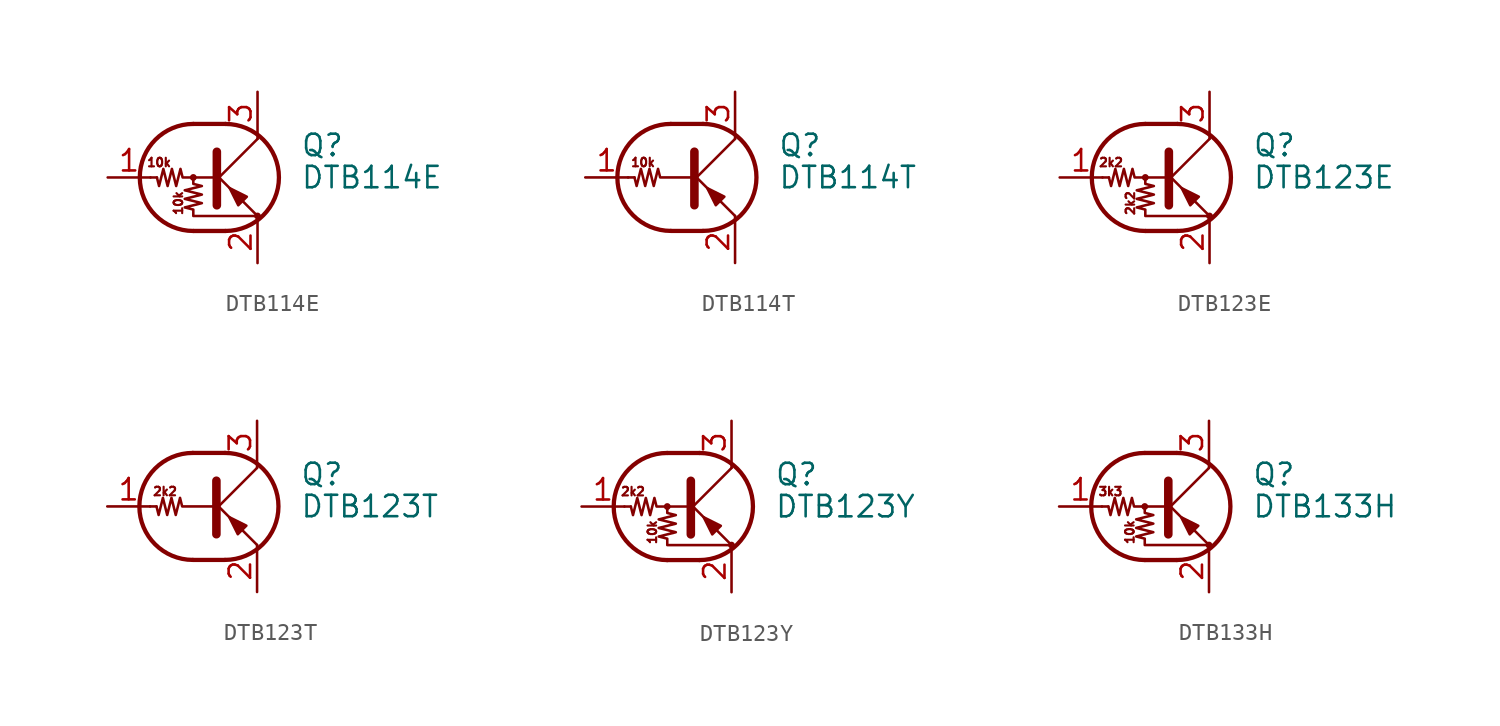
<source format=kicad_sym>
(kicad_symbol_lib
  (version 20201005)
  (generator kicad_symbol_editor)
  (symbol "DTB114E"
    (pin_names
      (offset 0) hide)
    (property "Reference" "Q"
      (at 5.08 1.905 0)
      (effects (font (size 1.27 1.27)) (justify left)))
    (property "Value" "DTB114E"
      (at 5.08 0 0)
      (effects (font (size 1.27 1.27)) (justify left)))
    (symbol "DTB114E_0_0"
      (text "10k" (at -3.302 0.889 0) (effects (font (size 0.508 0.508))))
      (text "10k" (at -2.159 -1.524 900) (effects (font (size 0.508 0.508)))))
    (symbol "DTB114E_0_1"
      (arc (start -1.27 3.175) (end -1.27 -3.175) (radius (at -1.27 0) (length 3.175) (angles 90.1 -90.1)) (stroke (width 0.254)) (fill (type none)))
      (arc (start 0.635 -3.175) (end 0.635 3.175) (radius (at 0.635 0) (length 3.175) (angles -89.9 89.9)) (stroke (width 0.254)) (fill (type none)))
      (circle (center -1.27 0) (radius 0.127) (stroke (width 0)) (fill (type none)))
      (circle (center 2.54 -2.286) (radius 0.127) (stroke (width 0)) (fill (type none)))
      (polyline (pts (xy -3.429 0) (xy -3.81 0)) (stroke (width 0)) (fill (type none)))
      (polyline (pts (xy -1.27 -3.175) (xy 0.635 -3.175)) (stroke (width 0.254)) (fill (type none)))
      (polyline (pts (xy -1.27 3.175) (xy 0.635 3.175)) (stroke (width 0.254)) (fill (type none)))
      (polyline (pts (xy 0 -0.254) (xy 2.54 2.286)) (stroke (width 0)) (fill (type none)))
      (polyline (pts (xy 2.54 2.286) (xy 2.54 2.54)) (stroke (width 0)) (fill (type none)))
      (polyline (pts (xy 2.54 -2.286) (xy 0 0.254) (xy 0 0.254)) (stroke (width 0)) (fill (type none)))
      (polyline (pts (xy 0 0) (xy -1.905 0) (xy -2.032 0.508) (xy -2.286 -0.508) (xy -2.54 0.508) (xy -2.794 -0.508) (xy -3.048 0.508) (xy -3.302 -0.508) (xy -3.429 0)) (stroke (width 0)) (fill (type none)))
      (polyline (pts (xy -1.27 0) (xy -1.27 -0.381) (xy -0.762 -0.508) (xy -1.778 -0.762) (xy -0.762 -1.016) (xy -1.778 -1.27) (xy -0.762 -1.524) (xy -1.778 -1.778) (xy -1.27 -1.905) (xy -1.27 -2.286) (xy 2.54 -2.286)) (stroke (width 0)) (fill (type none)))
      (polyline (pts (xy 0.127 1.524) (xy 0.127 -1.651)) (stroke (width 0.508)) (fill (type outline)))
      (polyline (pts (xy 1.397 -1.651) (xy 1.905 -1.143) (xy 0.889 -0.635) (xy 1.397 -1.651)) (stroke (width 0)) (fill (type outline))))
    (symbol "DTB114E_1_1"
      (pin input line (at -6.35 0 0) (length 2.54) (name "B" (effects (font (size 1.27 1.27)))) (number "1" (effects (font (size 1.27 1.27)))))
      (pin passive line (at 2.54 -5.08 90) (length 2.54) (name "E" (effects (font (size 1.27 1.27)))) (number "2" (effects (font (size 1.27 1.27)))))
      (pin passive line (at 2.54 5.08 270) (length 2.54) (name "C" (effects (font (size 1.27 1.27)))) (number "3" (effects (font (size 1.27 1.27)))))))
  (symbol "DTB114T"
    (pin_names
      (offset 0) hide)
    (property "Reference" "Q"
      (at 5.08 1.905 0)
      (effects (font (size 1.27 1.27)) (justify left)))
    (property "Value" "DTB114T"
      (at 5.08 0 0)
      (effects (font (size 1.27 1.27)) (justify left)))
    (symbol "DTB114T_0_0"
      (text "10k" (at -2.921 0.889 0) (effects (font (size 0.508 0.508))))
      (polyline (pts (xy 2.54 -2.286) (xy 2.54 -2.54)) (stroke (width 0)) (fill (type none))))
    (symbol "DTB114T_0_1"
      (arc (start -1.27 3.175) (end -1.27 -3.175) (radius (at -1.27 0) (length 3.175) (angles 90.1 -90.1)) (stroke (width 0.254)) (fill (type none)))
      (arc (start 0.635 -3.175) (end 0.635 3.175) (radius (at 0.635 0) (length 3.175) (angles -89.9 89.9)) (stroke (width 0.254)) (fill (type none)))
      (polyline (pts (xy -3.429 0) (xy -3.81 0)) (stroke (width 0)) (fill (type none)))
      (polyline (pts (xy -1.27 -3.175) (xy 0.635 -3.175)) (stroke (width 0.254)) (fill (type none)))
      (polyline (pts (xy -1.27 3.175) (xy 0.635 3.175)) (stroke (width 0.254)) (fill (type none)))
      (polyline (pts (xy 0 -0.254) (xy 2.54 2.286)) (stroke (width 0)) (fill (type none)))
      (polyline (pts (xy 2.54 2.286) (xy 2.54 2.54)) (stroke (width 0)) (fill (type none)))
      (polyline (pts (xy 2.54 -2.286) (xy 0 0.254) (xy 0 0.254)) (stroke (width 0)) (fill (type none)))
      (polyline (pts (xy 0 0) (xy -1.905 0) (xy -2.032 0.508) (xy -2.286 -0.508) (xy -2.54 0.508) (xy -2.794 -0.508) (xy -3.048 0.508) (xy -3.302 -0.508) (xy -3.429 0)) (stroke (width 0)) (fill (type none)))
      (polyline (pts (xy 0.127 1.524) (xy 0.127 -1.651)) (stroke (width 0.508)) (fill (type outline)))
      (polyline (pts (xy 1.397 -1.651) (xy 1.905 -1.143) (xy 0.889 -0.635) (xy 1.397 -1.651)) (stroke (width 0)) (fill (type outline))))
    (symbol "DTB114T_1_1"
      (pin input line (at -6.35 0 0) (length 2.54) (name "B" (effects (font (size 1.27 1.27)))) (number "1" (effects (font (size 1.27 1.27)))))
      (pin passive line (at 2.54 -5.08 90) (length 2.54) (name "E" (effects (font (size 1.27 1.27)))) (number "2" (effects (font (size 1.27 1.27)))))
      (pin passive line (at 2.54 5.08 270) (length 2.54) (name "C" (effects (font (size 1.27 1.27)))) (number "3" (effects (font (size 1.27 1.27)))))))
  (symbol "DTB123E"
    (pin_names
      (offset 0) hide)
    (property "Reference" "Q"
      (at 5.08 1.905 0)
      (effects (font (size 1.27 1.27)) (justify left)))
    (property "Value" "DTB123E"
      (at 5.08 0 0)
      (effects (font (size 1.27 1.27)) (justify left)))
    (symbol "DTB123E_0_0"
      (text "2k2" (at -3.302 0.889 0) (effects (font (size 0.508 0.508))))
      (text "2k2" (at -2.159 -1.524 900) (effects (font (size 0.508 0.508)))))
    (symbol "DTB123E_0_1"
      (arc (start -1.27 3.175) (end -1.27 -3.175) (radius (at -1.27 0) (length 3.175) (angles 90.1 -90.1)) (stroke (width 0.254)) (fill (type none)))
      (arc (start 0.635 -3.175) (end 0.635 3.175) (radius (at 0.635 0) (length 3.175) (angles -89.9 89.9)) (stroke (width 0.254)) (fill (type none)))
      (circle (center -1.27 0) (radius 0.127) (stroke (width 0)) (fill (type none)))
      (circle (center 2.54 -2.286) (radius 0.127) (stroke (width 0)) (fill (type none)))
      (polyline (pts (xy -3.429 0) (xy -3.81 0)) (stroke (width 0)) (fill (type none)))
      (polyline (pts (xy -1.27 -3.175) (xy 0.635 -3.175)) (stroke (width 0.254)) (fill (type none)))
      (polyline (pts (xy -1.27 3.175) (xy 0.635 3.175)) (stroke (width 0.254)) (fill (type none)))
      (polyline (pts (xy 0 -0.254) (xy 2.54 2.286)) (stroke (width 0)) (fill (type none)))
      (polyline (pts (xy 2.54 2.286) (xy 2.54 2.54)) (stroke (width 0)) (fill (type none)))
      (polyline (pts (xy 2.54 -2.286) (xy 0 0.254) (xy 0 0.254)) (stroke (width 0)) (fill (type none)))
      (polyline (pts (xy 0 0) (xy -1.905 0) (xy -2.032 0.508) (xy -2.286 -0.508) (xy -2.54 0.508) (xy -2.794 -0.508) (xy -3.048 0.508) (xy -3.302 -0.508) (xy -3.429 0)) (stroke (width 0)) (fill (type none)))
      (polyline (pts (xy -1.27 0) (xy -1.27 -0.381) (xy -0.762 -0.508) (xy -1.778 -0.762) (xy -0.762 -1.016) (xy -1.778 -1.27) (xy -0.762 -1.524) (xy -1.778 -1.778) (xy -1.27 -1.905) (xy -1.27 -2.286) (xy 2.54 -2.286)) (stroke (width 0)) (fill (type none)))
      (polyline (pts (xy 0.127 1.524) (xy 0.127 -1.651)) (stroke (width 0.508)) (fill (type outline)))
      (polyline (pts (xy 1.397 -1.651) (xy 1.905 -1.143) (xy 0.889 -0.635) (xy 1.397 -1.651)) (stroke (width 0)) (fill (type outline))))
    (symbol "DTB123E_1_1"
      (pin input line (at -6.35 0 0) (length 2.54) (name "B" (effects (font (size 1.27 1.27)))) (number "1" (effects (font (size 1.27 1.27)))))
      (pin passive line (at 2.54 -5.08 90) (length 2.54) (name "E" (effects (font (size 1.27 1.27)))) (number "2" (effects (font (size 1.27 1.27)))))
      (pin passive line (at 2.54 5.08 270) (length 2.54) (name "C" (effects (font (size 1.27 1.27)))) (number "3" (effects (font (size 1.27 1.27)))))))
  (symbol "DTB123T"
    (pin_names
      (offset 0) hide)
    (property "Reference" "Q"
      (at 5.08 1.905 0)
      (effects (font (size 1.27 1.27)) (justify left)))
    (property "Value" "DTB123T"
      (at 5.08 0 0)
      (effects (font (size 1.27 1.27)) (justify left)))
    (symbol "DTB123T_0_0"
      (text "2k2" (at -2.921 0.889 0) (effects (font (size 0.508 0.508))))
      (polyline (pts (xy 2.54 -2.286) (xy 2.54 -2.54)) (stroke (width 0)) (fill (type none))))
    (symbol "DTB123T_0_1"
      (arc (start -1.27 3.175) (end -1.27 -3.175) (radius (at -1.27 0) (length 3.175) (angles 90.1 -90.1)) (stroke (width 0.254)) (fill (type none)))
      (arc (start 0.635 -3.175) (end 0.635 3.175) (radius (at 0.635 0) (length 3.175) (angles -89.9 89.9)) (stroke (width 0.254)) (fill (type none)))
      (polyline (pts (xy -3.429 0) (xy -3.81 0)) (stroke (width 0)) (fill (type none)))
      (polyline (pts (xy -1.27 -3.175) (xy 0.635 -3.175)) (stroke (width 0.254)) (fill (type none)))
      (polyline (pts (xy -1.27 3.175) (xy 0.635 3.175)) (stroke (width 0.254)) (fill (type none)))
      (polyline (pts (xy 0 -0.254) (xy 2.54 2.286)) (stroke (width 0)) (fill (type none)))
      (polyline (pts (xy 2.54 2.286) (xy 2.54 2.54)) (stroke (width 0)) (fill (type none)))
      (polyline (pts (xy 2.54 -2.286) (xy 0 0.254) (xy 0 0.254)) (stroke (width 0)) (fill (type none)))
      (polyline (pts (xy 0 0) (xy -1.905 0) (xy -2.032 0.508) (xy -2.286 -0.508) (xy -2.54 0.508) (xy -2.794 -0.508) (xy -3.048 0.508) (xy -3.302 -0.508) (xy -3.429 0)) (stroke (width 0)) (fill (type none)))
      (polyline (pts (xy 0.127 1.524) (xy 0.127 -1.651)) (stroke (width 0.508)) (fill (type outline)))
      (polyline (pts (xy 1.397 -1.651) (xy 1.905 -1.143) (xy 0.889 -0.635) (xy 1.397 -1.651)) (stroke (width 0)) (fill (type outline))))
    (symbol "DTB123T_1_1"
      (pin input line (at -6.35 0 0) (length 2.54) (name "B" (effects (font (size 1.27 1.27)))) (number "1" (effects (font (size 1.27 1.27)))))
      (pin passive line (at 2.54 -5.08 90) (length 2.54) (name "E" (effects (font (size 1.27 1.27)))) (number "2" (effects (font (size 1.27 1.27)))))
      (pin passive line (at 2.54 5.08 270) (length 2.54) (name "C" (effects (font (size 1.27 1.27)))) (number "3" (effects (font (size 1.27 1.27)))))))
  (symbol "DTB123Y"
    (pin_names
      (offset 0) hide)
    (property "Reference" "Q"
      (at 5.08 1.905 0)
      (effects (font (size 1.27 1.27)) (justify left)))
    (property "Value" "DTB123Y"
      (at 5.08 0 0)
      (effects (font (size 1.27 1.27)) (justify left)))
    (symbol "DTB123Y_0_0"
      (text "10k" (at -2.159 -1.524 900) (effects (font (size 0.508 0.508))))
      (text "2k2" (at -3.302 0.889 0) (effects (font (size 0.508 0.508)))))
    (symbol "DTB123Y_0_1"
      (arc (start -1.27 3.175) (end -1.27 -3.175) (radius (at -1.27 0) (length 3.175) (angles 90.1 -90.1)) (stroke (width 0.254)) (fill (type none)))
      (arc (start 0.635 -3.175) (end 0.635 3.175) (radius (at 0.635 0) (length 3.175) (angles -89.9 89.9)) (stroke (width 0.254)) (fill (type none)))
      (circle (center -1.27 0) (radius 0.127) (stroke (width 0)) (fill (type none)))
      (circle (center 2.54 -2.286) (radius 0.127) (stroke (width 0)) (fill (type none)))
      (polyline (pts (xy -3.429 0) (xy -3.81 0)) (stroke (width 0)) (fill (type none)))
      (polyline (pts (xy -1.27 -3.175) (xy 0.635 -3.175)) (stroke (width 0.254)) (fill (type none)))
      (polyline (pts (xy -1.27 3.175) (xy 0.635 3.175)) (stroke (width 0.254)) (fill (type none)))
      (polyline (pts (xy 0 -0.254) (xy 2.54 2.286)) (stroke (width 0)) (fill (type none)))
      (polyline (pts (xy 2.54 2.286) (xy 2.54 2.54)) (stroke (width 0)) (fill (type none)))
      (polyline (pts (xy 2.54 -2.286) (xy 0 0.254) (xy 0 0.254)) (stroke (width 0)) (fill (type none)))
      (polyline (pts (xy 0 0) (xy -1.905 0) (xy -2.032 0.508) (xy -2.286 -0.508) (xy -2.54 0.508) (xy -2.794 -0.508) (xy -3.048 0.508) (xy -3.302 -0.508) (xy -3.429 0)) (stroke (width 0)) (fill (type none)))
      (polyline (pts (xy -1.27 0) (xy -1.27 -0.381) (xy -0.762 -0.508) (xy -1.778 -0.762) (xy -0.762 -1.016) (xy -1.778 -1.27) (xy -0.762 -1.524) (xy -1.778 -1.778) (xy -1.27 -1.905) (xy -1.27 -2.286) (xy 2.54 -2.286)) (stroke (width 0)) (fill (type none)))
      (polyline (pts (xy 0.127 1.524) (xy 0.127 -1.651)) (stroke (width 0.508)) (fill (type outline)))
      (polyline (pts (xy 1.397 -1.651) (xy 1.905 -1.143) (xy 0.889 -0.635) (xy 1.397 -1.651)) (stroke (width 0)) (fill (type outline))))
    (symbol "DTB123Y_1_1"
      (pin input line (at -6.35 0 0) (length 2.54) (name "B" (effects (font (size 1.27 1.27)))) (number "1" (effects (font (size 1.27 1.27)))))
      (pin passive line (at 2.54 -5.08 90) (length 2.54) (name "E" (effects (font (size 1.27 1.27)))) (number "2" (effects (font (size 1.27 1.27)))))
      (pin passive line (at 2.54 5.08 270) (length 2.54) (name "C" (effects (font (size 1.27 1.27)))) (number "3" (effects (font (size 1.27 1.27)))))))
  (symbol "DTB133H"
    (pin_names
      (offset 0) hide)
    (property "Reference" "Q"
      (at 5.08 1.905 0)
      (effects (font (size 1.27 1.27)) (justify left)))
    (property "Value" "DTB133H"
      (at 5.08 0 0)
      (effects (font (size 1.27 1.27)) (justify left)))
    (symbol "DTB133H_0_0"
      (text "10k" (at -2.159 -1.524 900) (effects (font (size 0.508 0.508))))
      (text "3k3" (at -3.302 0.889 0) (effects (font (size 0.508 0.508)))))
    (symbol "DTB133H_0_1"
      (arc (start -1.27 3.175) (end -1.27 -3.175) (radius (at -1.27 0) (length 3.175) (angles 90.1 -90.1)) (stroke (width 0.254)) (fill (type none)))
      (arc (start 0.635 -3.175) (end 0.635 3.175) (radius (at 0.635 0) (length 3.175) (angles -89.9 89.9)) (stroke (width 0.254)) (fill (type none)))
      (circle (center -1.27 0) (radius 0.127) (stroke (width 0)) (fill (type none)))
      (circle (center 2.54 -2.286) (radius 0.127) (stroke (width 0)) (fill (type none)))
      (polyline (pts (xy -3.429 0) (xy -3.81 0)) (stroke (width 0)) (fill (type none)))
      (polyline (pts (xy -1.27 -3.175) (xy 0.635 -3.175)) (stroke (width 0.254)) (fill (type none)))
      (polyline (pts (xy -1.27 3.175) (xy 0.635 3.175)) (stroke (width 0.254)) (fill (type none)))
      (polyline (pts (xy 0 -0.254) (xy 2.54 2.286)) (stroke (width 0)) (fill (type none)))
      (polyline (pts (xy 2.54 2.286) (xy 2.54 2.54)) (stroke (width 0)) (fill (type none)))
      (polyline (pts (xy 2.54 -2.286) (xy 0 0.254) (xy 0 0.254)) (stroke (width 0)) (fill (type none)))
      (polyline (pts (xy 0 0) (xy -1.905 0) (xy -2.032 0.508) (xy -2.286 -0.508) (xy -2.54 0.508) (xy -2.794 -0.508) (xy -3.048 0.508) (xy -3.302 -0.508) (xy -3.429 0)) (stroke (width 0)) (fill (type none)))
      (polyline (pts (xy -1.27 0) (xy -1.27 -0.381) (xy -0.762 -0.508) (xy -1.778 -0.762) (xy -0.762 -1.016) (xy -1.778 -1.27) (xy -0.762 -1.524) (xy -1.778 -1.778) (xy -1.27 -1.905) (xy -1.27 -2.286) (xy 2.54 -2.286)) (stroke (width 0)) (fill (type none)))
      (polyline (pts (xy 0.127 1.524) (xy 0.127 -1.651)) (stroke (width 0.508)) (fill (type outline)))
      (polyline (pts (xy 1.397 -1.651) (xy 1.905 -1.143) (xy 0.889 -0.635) (xy 1.397 -1.651)) (stroke (width 0)) (fill (type outline))))
    (symbol "DTB133H_1_1"
      (pin input line (at -6.35 0 0) (length 2.54) (name "B" (effects (font (size 1.27 1.27)))) (number "1" (effects (font (size 1.27 1.27)))))
      (pin passive line (at 2.54 -5.08 90) (length 2.54) (name "E" (effects (font (size 1.27 1.27)))) (number "2" (effects (font (size 1.27 1.27)))))
      (pin passive line (at 2.54 5.08 270) (length 2.54) (name "C" (effects (font (size 1.27 1.27)))) (number "3" (effects (font (size 1.27 1.27))))))))
</source>
